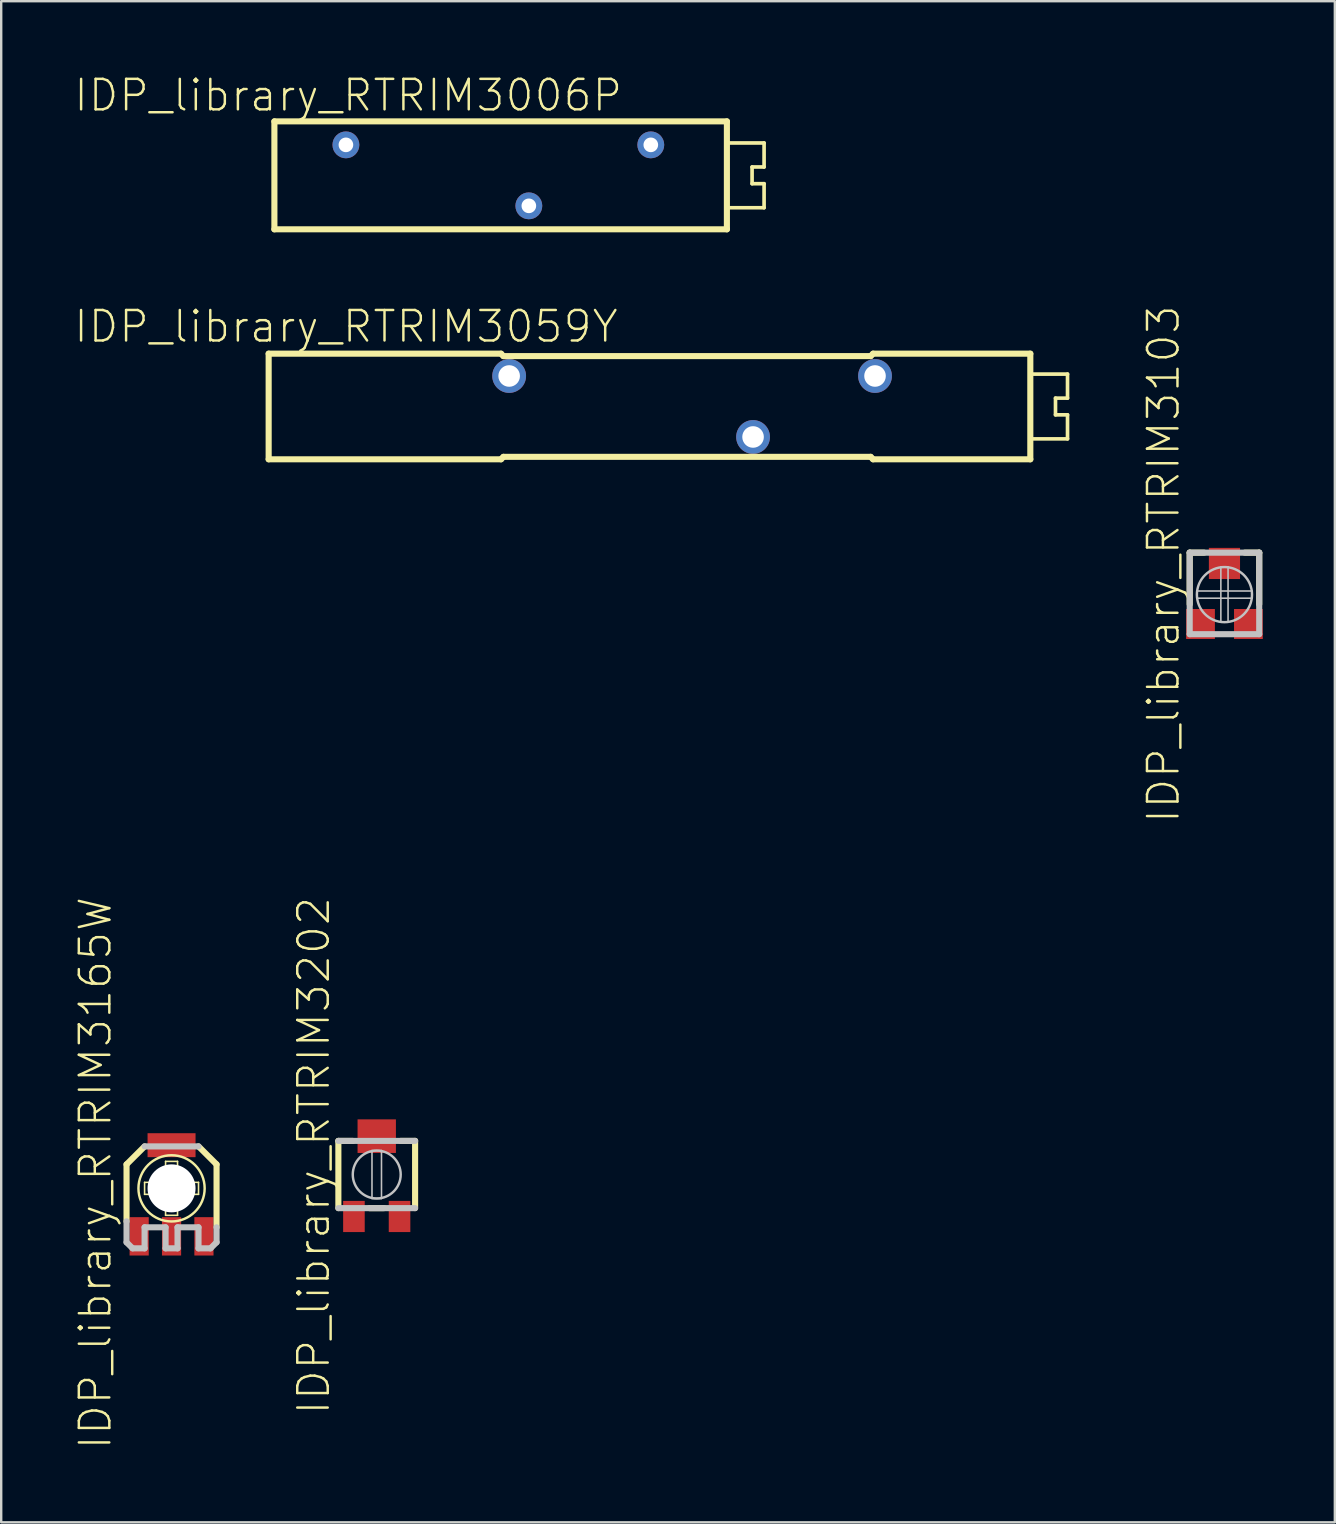
<source format=kicad_pcb>
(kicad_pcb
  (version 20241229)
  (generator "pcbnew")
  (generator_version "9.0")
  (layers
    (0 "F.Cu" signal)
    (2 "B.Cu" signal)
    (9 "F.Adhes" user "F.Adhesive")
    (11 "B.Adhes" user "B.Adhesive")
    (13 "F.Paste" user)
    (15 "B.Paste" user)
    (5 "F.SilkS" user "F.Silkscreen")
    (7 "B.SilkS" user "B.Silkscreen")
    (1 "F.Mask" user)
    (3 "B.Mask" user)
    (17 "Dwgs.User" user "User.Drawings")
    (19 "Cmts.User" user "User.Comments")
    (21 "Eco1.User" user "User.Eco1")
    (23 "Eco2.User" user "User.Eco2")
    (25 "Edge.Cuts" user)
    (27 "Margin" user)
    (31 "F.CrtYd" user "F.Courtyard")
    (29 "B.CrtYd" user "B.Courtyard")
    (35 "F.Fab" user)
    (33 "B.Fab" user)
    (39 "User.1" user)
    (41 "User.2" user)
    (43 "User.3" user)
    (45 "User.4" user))
  (footprint "IDP_library_RTRIM3103"
    (layer "F.Cu")
    (at 47.955 21.719)
    (property "Reference" "IDP_library_RTRIM3103" (at -2.54 -1.27 90) (layer "F.SilkS") (effects (font (size 1.27 1.27) (thickness 0.102))))
    (attr smd)
    (fp_line (start -1.448 -1.748) (end -0.848 -1.748) (stroke (width 0.254) (type solid)) (layer "F.SilkS"))
    (fp_line (start -1.448 0.399) (end -1.448 -1.748) (stroke (width 0.254) (type solid)) (layer "F.SilkS"))
    (fp_line (start 1.448 -1.748) (end 0.848 -1.748) (stroke (width 0.254) (type solid)) (layer "F.SilkS"))
    (fp_line (start 1.448 0.399) (end 1.448 -1.748) (stroke (width 0.254) (type solid)) (layer "F.SilkS"))
    (fp_line (start -1.448 -1.748) (end -1.448 1.648) (stroke (width 0.254) (type solid)) (layer "Dwgs.User"))
    (fp_line (start -1.448 1.648) (end 1.448 1.648) (stroke (width 0.254) (type solid)) (layer "Dwgs.User"))
    (fp_line (start -1.148 -0.15) (end 1.148 -0.15) (stroke (width 0.066) (type solid)) (layer "Dwgs.User"))
    (fp_line (start -1.148 0.15) (end -1.148 -0.15) (stroke (width 0.066) (type solid)) (layer "Dwgs.User"))
    (fp_line (start -1.148 0.15) (end 1.148 0.15) (stroke (width 0.066) (type solid)) (layer "Dwgs.User"))
    (fp_line (start -0.15 -1.148) (end 0.15 -1.148) (stroke (width 0.066) (type solid)) (layer "Dwgs.User"))
    (fp_line (start -0.15 1.148) (end -0.15 -1.148) (stroke (width 0.066) (type solid)) (layer "Dwgs.User"))
    (fp_line (start -0.15 1.148) (end 0.15 1.148) (stroke (width 0.066) (type solid)) (layer "Dwgs.User"))
    (fp_line (start 0.15 1.148) (end 0.15 -1.148) (stroke (width 0.066) (type solid)) (layer "Dwgs.User"))
    (fp_line (start 1.148 0.15) (end 1.148 -0.15) (stroke (width 0.066) (type solid)) (layer "Dwgs.User"))
    (fp_line (start 1.448 -1.748) (end -1.448 -1.748) (stroke (width 0.254) (type solid)) (layer "Dwgs.User"))
    (fp_line (start 1.448 1.648) (end 1.448 -1.748) (stroke (width 0.254) (type solid)) (layer "Dwgs.User"))
    (fp_circle (center 0 0) (end 0 -1.148) (stroke (width 0.102) (type solid)) (fill no) (layer "Dwgs.User"))
    (pad "1" smd rect (at -0.998 1.224) (size 1.199 1.25) (layers "F.Cu" "F.Mask" "F.Paste"))
    (pad "2" smd rect (at 0 -1.298) (size 1.298 1.298) (layers "F.Cu" "F.Mask" "F.Paste"))
    (pad "3" smd rect (at 0.998 1.224) (size 1.199 1.25) (layers "F.Cu" "F.Mask" "F.Paste")))
  (footprint "IDP_library_RTRIM3006P"
    (layer "F.Cu")
    (at 18.979 4.254)
    (property "Reference" "IDP_library_RTRIM3006P" (at -7.523 -3.332 0) (layer "F.SilkS") (effects (font (size 1.27 1.27) (thickness 0.102))))
    (attr exclude_from_pos_files exclude_from_bom)
    (fp_line (start -10.599 -2.248) (end -10.599 2.248) (stroke (width 0.254) (type solid)) (layer "F.SilkS"))
    (fp_line (start -10.599 2.248) (end 8.25 2.248) (stroke (width 0.254) (type solid)) (layer "F.SilkS"))
    (fp_line (start 8.25 -2.248) (end -10.599 -2.248) (stroke (width 0.254) (type solid)) (layer "F.SilkS"))
    (fp_line (start 8.25 2.248) (end 8.25 -2.248) (stroke (width 0.254) (type solid)) (layer "F.SilkS"))
    (fp_line (start 8.349 -1.349) (end 9.799 -1.349) (stroke (width 0.152) (type solid)) (layer "F.SilkS"))
    (fp_line (start 9.299 -0.348) (end 9.299 0.348) (stroke (width 0.152) (type solid)) (layer "F.SilkS"))
    (fp_line (start 9.299 0.348) (end 9.799 0.348) (stroke (width 0.152) (type solid)) (layer "F.SilkS"))
    (fp_line (start 9.799 -1.349) (end 9.799 -0.348) (stroke (width 0.152) (type solid)) (layer "F.SilkS"))
    (fp_line (start 9.799 -0.348) (end 9.299 -0.348) (stroke (width 0.152) (type solid)) (layer "F.SilkS"))
    (fp_line (start 9.799 0.348) (end 9.799 1.349) (stroke (width 0.152) (type solid)) (layer "F.SilkS"))
    (fp_line (start 9.799 1.349) (end 8.349 1.349) (stroke (width 0.152) (type solid)) (layer "F.SilkS"))
    (pad "1" thru_hole circle (at -7.62 -1.27) (size 1.118 1.118) (drill 0.61) (layers "*.Cu" "*.Paste" "*.Mask"))
    (pad "2" thru_hole circle (at 0 1.27) (size 1.118 1.118) (drill 0.61) (layers "*.Cu" "*.Paste" "*.Mask"))
    (pad "3" thru_hole circle (at 5.08 -1.27) (size 1.118 1.118) (drill 0.61) (layers "*.Cu" "*.Paste" "*.Mask")))
  (footprint "IDP_library_RTRIM3165W"
    (layer "F.Cu")
    (at 4.096 46.451)
    (property "Reference" "IDP_library_RTRIM3165W" (at -3.175 -0.635 90) (layer "F.SilkS") (effects (font (size 1.27 1.27) (thickness 0.102))))
    (attr smd)
    (fp_line (start -1.875 -0.998) (end -1.875 1.374) (stroke (width 0.254) (type solid)) (layer "F.SilkS"))
    (fp_line (start -1.123 -1.748) (end -1.875 -0.998) (stroke (width 0.254) (type solid)) (layer "F.SilkS"))
    (fp_line (start -1.123 -0.249) (end 1.123 -0.249) (stroke (width 0.066) (type solid)) (layer "F.SilkS"))
    (fp_line (start -1.123 0.249) (end -1.123 -0.249) (stroke (width 0.066) (type solid)) (layer "F.SilkS"))
    (fp_line (start -1.123 0.249) (end 1.123 0.249) (stroke (width 0.066) (type solid)) (layer "F.SilkS"))
    (fp_line (start -0.249 -1.123) (end 0.249 -1.123) (stroke (width 0.066) (type solid)) (layer "F.SilkS"))
    (fp_line (start -0.249 1.123) (end -0.249 -1.123) (stroke (width 0.066) (type solid)) (layer "F.SilkS"))
    (fp_line (start -0.249 1.123) (end 0.249 1.123) (stroke (width 0.066) (type solid)) (layer "F.SilkS"))
    (fp_line (start 0.249 1.123) (end 0.249 -1.123) (stroke (width 0.066) (type solid)) (layer "F.SilkS"))
    (fp_line (start 1.123 0.249) (end 1.123 -0.249) (stroke (width 0.066) (type solid)) (layer "F.SilkS"))
    (fp_line (start 1.875 -0.998) (end 1.123 -1.748) (stroke (width 0.254) (type solid)) (layer "F.SilkS"))
    (fp_line (start 1.875 1.623) (end 1.875 -0.998) (stroke (width 0.254) (type solid)) (layer "F.SilkS"))
    (fp_circle (center 0 0) (end 0 -1.379) (stroke (width 0.102) (type solid)) (fill no) (layer "F.SilkS"))
    (fp_line (start -1.875 1.374) (end -1.875 2.248) (stroke (width 0.254) (type solid)) (layer "Dwgs.User"))
    (fp_line (start -1.875 2.248) (end -1.623 2.499) (stroke (width 0.254) (type solid)) (layer "Dwgs.User"))
    (fp_line (start -1.623 2.499) (end -1.123 2.499) (stroke (width 0.254) (type solid)) (layer "Dwgs.User"))
    (fp_line (start -1.123 1.623) (end -0.249 1.623) (stroke (width 0.254) (type solid)) (layer "Dwgs.User"))
    (fp_line (start -1.123 2.499) (end -1.123 1.623) (stroke (width 0.254) (type solid)) (layer "Dwgs.User"))
    (fp_line (start -0.249 1.623) (end -0.249 2.499) (stroke (width 0.254) (type solid)) (layer "Dwgs.User"))
    (fp_line (start -0.249 2.499) (end 0.249 2.499) (stroke (width 0.254) (type solid)) (layer "Dwgs.User"))
    (fp_line (start 0.249 1.623) (end 1.123 1.623) (stroke (width 0.254) (type solid)) (layer "Dwgs.User"))
    (fp_line (start 0.249 2.499) (end 0.249 1.623) (stroke (width 0.254) (type solid)) (layer "Dwgs.User"))
    (fp_line (start 1.123 -1.748) (end -1.123 -1.748) (stroke (width 0.254) (type solid)) (layer "Dwgs.User"))
    (fp_line (start 1.123 1.623) (end 1.123 2.499) (stroke (width 0.254) (type solid)) (layer "Dwgs.User"))
    (fp_line (start 1.123 2.499) (end 1.623 2.499) (stroke (width 0.254) (type solid)) (layer "Dwgs.User"))
    (fp_line (start 1.623 2.499) (end 1.875 2.248) (stroke (width 0.254) (type solid)) (layer "Dwgs.User"))
    (fp_line (start 1.875 2.248) (end 1.875 1.623) (stroke (width 0.254) (type solid)) (layer "Dwgs.User"))
    (pad "" np_thru_hole circle (at 0 0) (size 1.999 1.999) (drill 1.999) (layers "*.Cu" "*.Mask"))
    (pad "1" smd rect (at -1.349 1.999) (size 0.798 1.598) (layers "F.Cu" "F.Mask" "F.Paste"))
    (pad "2" smd rect (at 0 1.999) (size 0.798 1.598) (layers "F.Cu" "F.Mask" "F.Paste"))
    (pad "3" smd rect (at 1.349 1.999) (size 0.798 1.598) (layers "F.Cu" "F.Mask" "F.Paste"))
    (pad "4" smd rect (at 0 -1.798) (size 1.999 0.998) (layers "F.Cu" "F.Mask" "F.Paste")))
  (footprint "IDP_library_RTRIM3059Y"
    (layer "F.Cu")
    (at 24.509 13.882)
    (property "Reference" "IDP_library_RTRIM3059Y" (at -13.145 -3.332 0) (layer "F.SilkS") (effects (font (size 1.27 1.27) (thickness 0.102))))
    (attr exclude_from_pos_files exclude_from_bom)
    (fp_line (start -16.368 -2.2) (end -16.368 2.2) (stroke (width 0.254) (type solid)) (layer "F.SilkS"))
    (fp_line (start -16.368 2.2) (end -6.688 2.2) (stroke (width 0.254) (type solid)) (layer "F.SilkS"))
    (fp_line (start -6.688 -2.2) (end -16.368 -2.2) (stroke (width 0.254) (type solid)) (layer "F.SilkS"))
    (fp_line (start -6.589 -2.098) (end -6.688 -2.2) (stroke (width 0.254) (type solid)) (layer "F.SilkS"))
    (fp_line (start -6.589 2.098) (end -6.688 2.2) (stroke (width 0.254) (type solid)) (layer "F.SilkS"))
    (fp_line (start 8.71 -2.098) (end -6.589 -2.098) (stroke (width 0.254) (type solid)) (layer "F.SilkS"))
    (fp_line (start 8.71 2.098) (end -6.589 2.098) (stroke (width 0.254) (type solid)) (layer "F.SilkS"))
    (fp_line (start 8.71 2.098) (end 8.809 2.2) (stroke (width 0.254) (type solid)) (layer "F.SilkS"))
    (fp_line (start 8.809 -2.2) (end 8.71 -2.098) (stroke (width 0.254) (type solid)) (layer "F.SilkS"))
    (fp_line (start 8.809 2.2) (end 15.359 2.2) (stroke (width 0.254) (type solid)) (layer "F.SilkS"))
    (fp_line (start 15.359 -2.2) (end 8.809 -2.2) (stroke (width 0.254) (type solid)) (layer "F.SilkS"))
    (fp_line (start 15.359 2.2) (end 15.359 -2.2) (stroke (width 0.254) (type solid)) (layer "F.SilkS"))
    (fp_line (start 15.458 -1.349) (end 16.909 -1.349) (stroke (width 0.152) (type solid)) (layer "F.SilkS"))
    (fp_line (start 16.408 -0.348) (end 16.408 0.348) (stroke (width 0.152) (type solid)) (layer "F.SilkS"))
    (fp_line (start 16.408 0.348) (end 16.909 0.348) (stroke (width 0.152) (type solid)) (layer "F.SilkS"))
    (fp_line (start 16.909 -1.349) (end 16.909 -0.348) (stroke (width 0.152) (type solid)) (layer "F.SilkS"))
    (fp_line (start 16.909 -0.348) (end 16.408 -0.348) (stroke (width 0.152) (type solid)) (layer "F.SilkS"))
    (fp_line (start 16.909 0.348) (end 16.909 1.349) (stroke (width 0.152) (type solid)) (layer "F.SilkS"))
    (fp_line (start 16.909 1.349) (end 15.458 1.349) (stroke (width 0.152) (type solid)) (layer "F.SilkS"))
    (pad "1" thru_hole circle (at -6.35 -1.27) (size 1.407 1.407) (drill 0.899) (layers "*.Cu" "*.Paste" "*.Mask"))
    (pad "2" thru_hole circle (at 3.81 1.27) (size 1.407 1.407) (drill 0.899) (layers "*.Cu" "*.Paste" "*.Mask"))
    (pad "3" thru_hole circle (at 8.89 -1.27) (size 1.407 1.407) (drill 0.899) (layers "*.Cu" "*.Paste" "*.Mask")))
  (footprint "IDP_library_RTRIM3202"
    (layer "F.Cu")
    (at 12.643 45.875)
    (property "Reference" "IDP_library_RTRIM3202" (at -2.624 -0.785 90) (layer "F.SilkS") (effects (font (size 1.27 1.27) (thickness 0.102))))
    (attr smd)
    (fp_line (start -1.598 -1.4) (end -1.598 1.4) (stroke (width 0.254) (type solid)) (layer "F.SilkS"))
    (fp_line (start -1.598 -1.4) (end -0.998 -1.4) (stroke (width 0.254) (type solid)) (layer "F.SilkS"))
    (fp_line (start -0.3 1.4) (end 0.3 1.4) (stroke (width 0.254) (type solid)) (layer "F.SilkS"))
    (fp_line (start 0.998 -1.4) (end 1.598 -1.4) (stroke (width 0.254) (type solid)) (layer "F.SilkS"))
    (fp_line (start 1.598 1.4) (end 1.598 -1.4) (stroke (width 0.254) (type solid)) (layer "F.SilkS"))
    (fp_line (start -1.598 1.4) (end 1.598 1.4) (stroke (width 0.254) (type solid)) (layer "Dwgs.User"))
    (fp_line (start -0.198 -0.998) (end 0.198 -0.998) (stroke (width 0.066) (type solid)) (layer "Dwgs.User"))
    (fp_line (start -0.198 0.998) (end -0.198 -0.998) (stroke (width 0.066) (type solid)) (layer "Dwgs.User"))
    (fp_line (start -0.198 0.998) (end 0.198 0.998) (stroke (width 0.066) (type solid)) (layer "Dwgs.User"))
    (fp_line (start 0.198 0.998) (end 0.198 -0.998) (stroke (width 0.066) (type solid)) (layer "Dwgs.User"))
    (fp_line (start 1.598 -1.4) (end -1.598 -1.4) (stroke (width 0.254) (type solid)) (layer "Dwgs.User"))
    (fp_circle (center 0 0) (end 0 -0.998) (stroke (width 0.102) (type solid)) (fill no) (layer "Dwgs.User"))
    (pad "1" smd rect (at -0.95 1.748) (size 0.899 1.298) (layers "F.Cu" "F.Mask" "F.Paste"))
    (pad "2" smd rect (at 0 -1.598) (size 1.598 1.4) (layers "F.Cu" "F.Mask" "F.Paste"))
    (pad "3" smd rect (at 0.95 1.748) (size 0.899 1.298) (layers "F.Cu" "F.Mask" "F.Paste")))
  (gr_rect
    (start -3 -3)
    (end 52.553 60.362)
    (stroke (width 0.1) (type default))
    (fill no)
    (layer "Edge.Cuts")))
</source>
